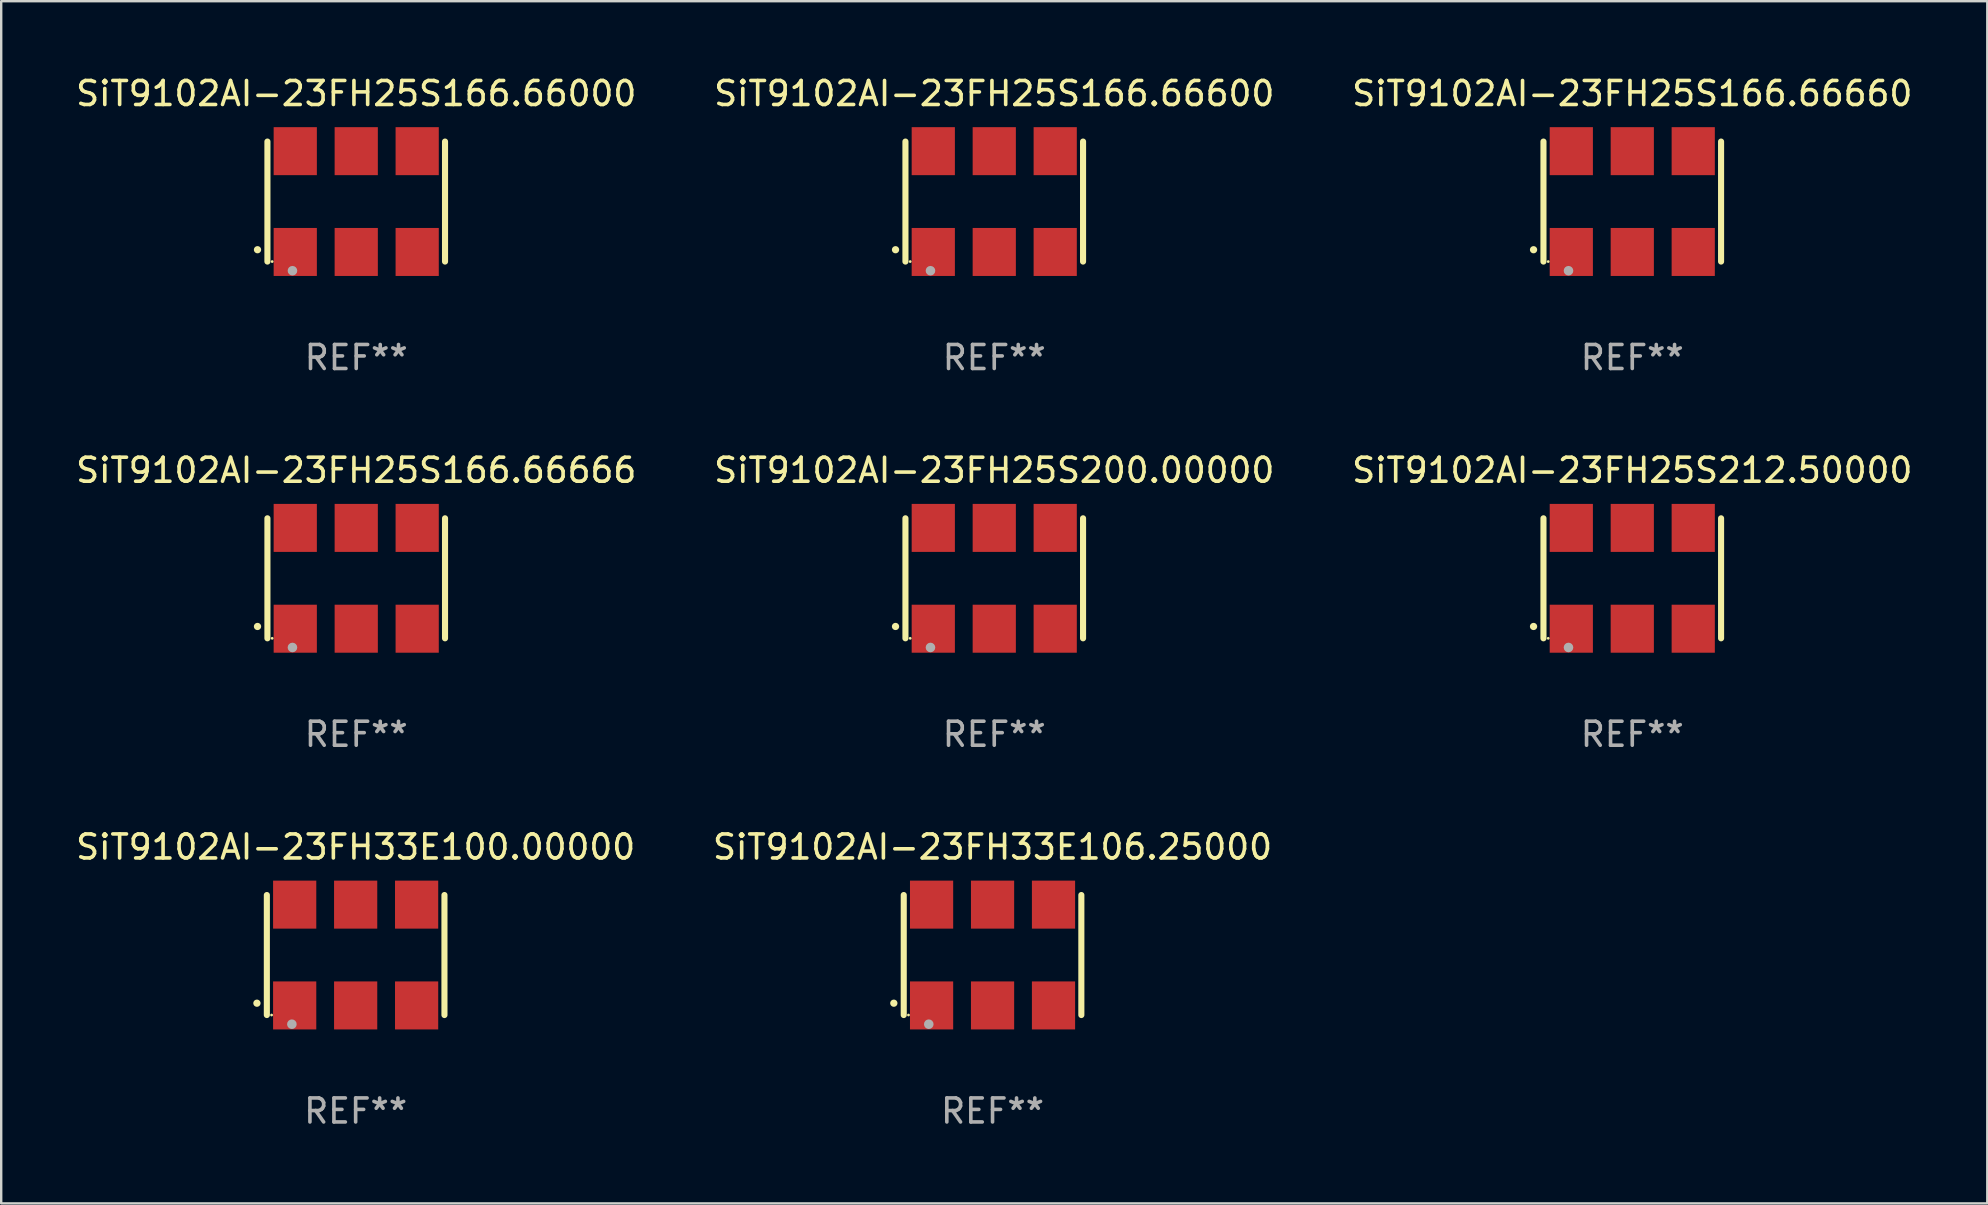
<source format=kicad_pcb>
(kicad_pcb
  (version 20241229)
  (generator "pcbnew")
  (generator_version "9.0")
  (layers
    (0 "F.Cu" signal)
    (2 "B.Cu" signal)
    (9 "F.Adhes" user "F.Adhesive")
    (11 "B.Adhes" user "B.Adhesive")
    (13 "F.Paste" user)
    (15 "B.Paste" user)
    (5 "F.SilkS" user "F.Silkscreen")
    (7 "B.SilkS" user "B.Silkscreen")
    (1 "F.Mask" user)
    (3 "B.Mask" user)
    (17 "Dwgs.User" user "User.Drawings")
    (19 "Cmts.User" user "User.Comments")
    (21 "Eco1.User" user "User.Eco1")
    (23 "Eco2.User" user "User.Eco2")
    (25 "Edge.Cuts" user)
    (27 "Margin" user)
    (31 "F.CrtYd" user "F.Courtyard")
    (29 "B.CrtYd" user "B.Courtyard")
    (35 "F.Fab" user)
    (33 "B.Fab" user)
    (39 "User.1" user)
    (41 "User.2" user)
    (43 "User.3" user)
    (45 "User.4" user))
  (footprint "SiT9102AI-23FH25S166.66600"
    (layer "F.Cu")
    (at 38.375 5.348)
    (property "Reference" "SiT9102AI-23FH25S166.66600" (at 0 -4.5 0) (layer "F.SilkS") (effects (font (size 1 1) (thickness 0.15))))
    (attr through_hole)
    (fp_line (start -3.7 -2.5) (end -3.7 2.5) (stroke (width 0.254) (type solid)) (layer "F.SilkS"))
    (fp_line (start 3.7 -2.5) (end 3.7 2.5) (stroke (width 0.254) (type solid)) (layer "F.SilkS"))
    (fp_arc (start -4.114415 2.006604) (mid -4.113145 2.006599) (end -4.111875 2.006604) (stroke (width 0.3) (type solid)) (layer "F.SilkS"))
    (fp_circle (center -3.502 2.5) (end -3.472 2.5) (stroke (width 0.06) (type solid)) (fill no) (layer "F.SilkS"))
    (fp_circle (center -2.657 2.882) (end -2.557 2.882) (stroke (width 0.2) (type solid)) (fill no) (layer "F.Fab"))
    (fp_text user "REF**" (at 0 6.5 0) (layer "F.Fab") (effects (font (size 1 1) (thickness 0.15))))
    (pad "1" smd rect (at -2.54 2.1) (size 1.8 2) (layers "F.Cu" "F.Mask" "F.Paste"))
    (pad "2" smd rect (at 0.000394 2.1) (size 1.8 2) (layers "F.Cu" "F.Mask" "F.Paste"))
    (pad "3" smd rect (at 2.54 2.1) (size 1.8 2) (layers "F.Cu" "F.Mask" "F.Paste"))
    (pad "4" smd rect (at 2.54 -2.1) (size 1.8 2) (layers "F.Cu" "F.Mask" "F.Paste"))
    (pad "5" smd rect (at 0.000394 -2.1) (size 1.8 2) (layers "F.Cu" "F.Mask" "F.Paste"))
    (pad "6" smd rect (at -2.54 -2.1) (size 1.8 2) (layers "F.Cu" "F.Mask" "F.Paste")))
  (footprint "SiT9102AI-23FH25S166.66660"
    (layer "F.Cu")
    (at 64.958 5.348)
    (property "Reference" "SiT9102AI-23FH25S166.66660" (at 0 -4.5 0) (layer "F.SilkS") (effects (font (size 1 1) (thickness 0.15))))
    (attr through_hole)
    (fp_line (start -3.7 -2.5) (end -3.7 2.5) (stroke (width 0.254) (type solid)) (layer "F.SilkS"))
    (fp_line (start 3.7 -2.5) (end 3.7 2.5) (stroke (width 0.254) (type solid)) (layer "F.SilkS"))
    (fp_arc (start -4.114415 2.006604) (mid -4.113145 2.006599) (end -4.111875 2.006604) (stroke (width 0.3) (type solid)) (layer "F.SilkS"))
    (fp_circle (center -3.502 2.5) (end -3.472 2.5) (stroke (width 0.06) (type solid)) (fill no) (layer "F.SilkS"))
    (fp_circle (center -2.657 2.882) (end -2.557 2.882) (stroke (width 0.2) (type solid)) (fill no) (layer "F.Fab"))
    (fp_text user "REF**" (at 0 6.5 0) (layer "F.Fab") (effects (font (size 1 1) (thickness 0.15))))
    (pad "1" smd rect (at -2.54 2.1) (size 1.8 2) (layers "F.Cu" "F.Mask" "F.Paste"))
    (pad "2" smd rect (at 0.000394 2.1) (size 1.8 2) (layers "F.Cu" "F.Mask" "F.Paste"))
    (pad "3" smd rect (at 2.54 2.1) (size 1.8 2) (layers "F.Cu" "F.Mask" "F.Paste"))
    (pad "4" smd rect (at 2.54 -2.1) (size 1.8 2) (layers "F.Cu" "F.Mask" "F.Paste"))
    (pad "5" smd rect (at 0.000394 -2.1) (size 1.8 2) (layers "F.Cu" "F.Mask" "F.Paste"))
    (pad "6" smd rect (at -2.54 -2.1) (size 1.8 2) (layers "F.Cu" "F.Mask" "F.Paste")))
  (footprint "SiT9102AI-23FH25S200.00000"
    (layer "F.Cu")
    (at 38.375 21.045)
    (property "Reference" "SiT9102AI-23FH25S200.00000" (at 0 -4.5 0) (layer "F.SilkS") (effects (font (size 1 1) (thickness 0.15))))
    (attr through_hole)
    (fp_line (start -3.7 -2.5) (end -3.7 2.5) (stroke (width 0.254) (type solid)) (layer "F.SilkS"))
    (fp_line (start 3.7 -2.5) (end 3.7 2.5) (stroke (width 0.254) (type solid)) (layer "F.SilkS"))
    (fp_arc (start -4.114415 2.006604) (mid -4.113145 2.006599) (end -4.111875 2.006604) (stroke (width 0.3) (type solid)) (layer "F.SilkS"))
    (fp_circle (center -3.502 2.5) (end -3.472 2.5) (stroke (width 0.06) (type solid)) (fill no) (layer "F.SilkS"))
    (fp_circle (center -2.657 2.882) (end -2.557 2.882) (stroke (width 0.2) (type solid)) (fill no) (layer "F.Fab"))
    (fp_text user "REF**" (at 0 6.5 0) (layer "F.Fab") (effects (font (size 1 1) (thickness 0.15))))
    (pad "1" smd rect (at -2.54 2.1) (size 1.8 2) (layers "F.Cu" "F.Mask" "F.Paste"))
    (pad "2" smd rect (at 0.000394 2.1) (size 1.8 2) (layers "F.Cu" "F.Mask" "F.Paste"))
    (pad "3" smd rect (at 2.54 2.1) (size 1.8 2) (layers "F.Cu" "F.Mask" "F.Paste"))
    (pad "4" smd rect (at 2.54 -2.1) (size 1.8 2) (layers "F.Cu" "F.Mask" "F.Paste"))
    (pad "5" smd rect (at 0.000394 -2.1) (size 1.8 2) (layers "F.Cu" "F.Mask" "F.Paste"))
    (pad "6" smd rect (at -2.54 -2.1) (size 1.8 2) (layers "F.Cu" "F.Mask" "F.Paste")))
  (footprint "SiT9102AI-23FH33E100.00000"
    (layer "F.Cu")
    (at 11.768 36.741)
    (property "Reference" "SiT9102AI-23FH33E100.00000" (at 0 -4.5 0) (layer "F.SilkS") (effects (font (size 1 1) (thickness 0.15))))
    (attr through_hole)
    (fp_line (start -3.7 -2.5) (end -3.7 2.5) (stroke (width 0.254) (type solid)) (layer "F.SilkS"))
    (fp_line (start 3.7 -2.5) (end 3.7 2.5) (stroke (width 0.254) (type solid)) (layer "F.SilkS"))
    (fp_arc (start -4.114415 2.006604) (mid -4.113145 2.006599) (end -4.111875 2.006604) (stroke (width 0.3) (type solid)) (layer "F.SilkS"))
    (fp_circle (center -3.502 2.5) (end -3.472 2.5) (stroke (width 0.06) (type solid)) (fill no) (layer "F.SilkS"))
    (fp_circle (center -2.657 2.882) (end -2.557 2.882) (stroke (width 0.2) (type solid)) (fill no) (layer "F.Fab"))
    (fp_text user "REF**" (at 0 6.5 0) (layer "F.Fab") (effects (font (size 1 1) (thickness 0.15))))
    (pad "1" smd rect (at -2.54 2.1) (size 1.8 2) (layers "F.Cu" "F.Mask" "F.Paste"))
    (pad "2" smd rect (at 0.000394 2.1) (size 1.8 2) (layers "F.Cu" "F.Mask" "F.Paste"))
    (pad "3" smd rect (at 2.54 2.1) (size 1.8 2) (layers "F.Cu" "F.Mask" "F.Paste"))
    (pad "4" smd rect (at 2.54 -2.1) (size 1.8 2) (layers "F.Cu" "F.Mask" "F.Paste"))
    (pad "5" smd rect (at 0.000394 -2.1) (size 1.8 2) (layers "F.Cu" "F.Mask" "F.Paste"))
    (pad "6" smd rect (at -2.54 -2.1) (size 1.8 2) (layers "F.Cu" "F.Mask" "F.Paste")))
  (footprint "SiT9102AI-23FH25S166.66666"
    (layer "F.Cu")
    (at 11.792 21.045)
    (property "Reference" "SiT9102AI-23FH25S166.66666" (at 0 -4.5 0) (layer "F.SilkS") (effects (font (size 1 1) (thickness 0.15))))
    (attr through_hole)
    (fp_line (start -3.7 -2.5) (end -3.7 2.5) (stroke (width 0.254) (type solid)) (layer "F.SilkS"))
    (fp_line (start 3.7 -2.5) (end 3.7 2.5) (stroke (width 0.254) (type solid)) (layer "F.SilkS"))
    (fp_arc (start -4.114415 2.006604) (mid -4.113145 2.006599) (end -4.111875 2.006604) (stroke (width 0.3) (type solid)) (layer "F.SilkS"))
    (fp_circle (center -3.502 2.5) (end -3.472 2.5) (stroke (width 0.06) (type solid)) (fill no) (layer "F.SilkS"))
    (fp_circle (center -2.657 2.882) (end -2.557 2.882) (stroke (width 0.2) (type solid)) (fill no) (layer "F.Fab"))
    (fp_text user "REF**" (at 0 6.5 0) (layer "F.Fab") (effects (font (size 1 1) (thickness 0.15))))
    (pad "1" smd rect (at -2.54 2.1) (size 1.8 2) (layers "F.Cu" "F.Mask" "F.Paste"))
    (pad "2" smd rect (at 0.000394 2.1) (size 1.8 2) (layers "F.Cu" "F.Mask" "F.Paste"))
    (pad "3" smd rect (at 2.54 2.1) (size 1.8 2) (layers "F.Cu" "F.Mask" "F.Paste"))
    (pad "4" smd rect (at 2.54 -2.1) (size 1.8 2) (layers "F.Cu" "F.Mask" "F.Paste"))
    (pad "5" smd rect (at 0.000394 -2.1) (size 1.8 2) (layers "F.Cu" "F.Mask" "F.Paste"))
    (pad "6" smd rect (at -2.54 -2.1) (size 1.8 2) (layers "F.Cu" "F.Mask" "F.Paste")))
  (footprint "SiT9102AI-23FH25S212.50000"
    (layer "F.Cu")
    (at 64.958 21.045)
    (property "Reference" "SiT9102AI-23FH25S212.50000" (at 0 -4.5 0) (layer "F.SilkS") (effects (font (size 1 1) (thickness 0.15))))
    (attr through_hole)
    (fp_line (start -3.7 -2.5) (end -3.7 2.5) (stroke (width 0.254) (type solid)) (layer "F.SilkS"))
    (fp_line (start 3.7 -2.5) (end 3.7 2.5) (stroke (width 0.254) (type solid)) (layer "F.SilkS"))
    (fp_arc (start -4.114415 2.006604) (mid -4.113145 2.006599) (end -4.111875 2.006604) (stroke (width 0.3) (type solid)) (layer "F.SilkS"))
    (fp_circle (center -3.502 2.5) (end -3.472 2.5) (stroke (width 0.06) (type solid)) (fill no) (layer "F.SilkS"))
    (fp_circle (center -2.657 2.882) (end -2.557 2.882) (stroke (width 0.2) (type solid)) (fill no) (layer "F.Fab"))
    (fp_text user "REF**" (at 0 6.5 0) (layer "F.Fab") (effects (font (size 1 1) (thickness 0.15))))
    (pad "1" smd rect (at -2.54 2.1) (size 1.8 2) (layers "F.Cu" "F.Mask" "F.Paste"))
    (pad "2" smd rect (at 0.000394 2.1) (size 1.8 2) (layers "F.Cu" "F.Mask" "F.Paste"))
    (pad "3" smd rect (at 2.54 2.1) (size 1.8 2) (layers "F.Cu" "F.Mask" "F.Paste"))
    (pad "4" smd rect (at 2.54 -2.1) (size 1.8 2) (layers "F.Cu" "F.Mask" "F.Paste"))
    (pad "5" smd rect (at 0.000394 -2.1) (size 1.8 2) (layers "F.Cu" "F.Mask" "F.Paste"))
    (pad "6" smd rect (at -2.54 -2.1) (size 1.8 2) (layers "F.Cu" "F.Mask" "F.Paste")))
  (footprint "SiT9102AI-23FH33E106.25000"
    (layer "F.Cu")
    (at 38.304 36.741)
    (property "Reference" "SiT9102AI-23FH33E106.25000" (at 0 -4.5 0) (layer "F.SilkS") (effects (font (size 1 1) (thickness 0.15))))
    (attr through_hole)
    (fp_line (start -3.7 -2.5) (end -3.7 2.5) (stroke (width 0.254) (type solid)) (layer "F.SilkS"))
    (fp_line (start 3.7 -2.5) (end 3.7 2.5) (stroke (width 0.254) (type solid)) (layer "F.SilkS"))
    (fp_arc (start -4.114415 2.006604) (mid -4.113145 2.006599) (end -4.111875 2.006604) (stroke (width 0.3) (type solid)) (layer "F.SilkS"))
    (fp_circle (center -3.502 2.5) (end -3.472 2.5) (stroke (width 0.06) (type solid)) (fill no) (layer "F.SilkS"))
    (fp_circle (center -2.657 2.882) (end -2.557 2.882) (stroke (width 0.2) (type solid)) (fill no) (layer "F.Fab"))
    (fp_text user "REF**" (at 0 6.5 0) (layer "F.Fab") (effects (font (size 1 1) (thickness 0.15))))
    (pad "1" smd rect (at -2.54 2.1) (size 1.8 2) (layers "F.Cu" "F.Mask" "F.Paste"))
    (pad "2" smd rect (at 0.000394 2.1) (size 1.8 2) (layers "F.Cu" "F.Mask" "F.Paste"))
    (pad "3" smd rect (at 2.54 2.1) (size 1.8 2) (layers "F.Cu" "F.Mask" "F.Paste"))
    (pad "4" smd rect (at 2.54 -2.1) (size 1.8 2) (layers "F.Cu" "F.Mask" "F.Paste"))
    (pad "5" smd rect (at 0.000394 -2.1) (size 1.8 2) (layers "F.Cu" "F.Mask" "F.Paste"))
    (pad "6" smd rect (at -2.54 -2.1) (size 1.8 2) (layers "F.Cu" "F.Mask" "F.Paste")))
  (footprint "SiT9102AI-23FH25S166.66000"
    (layer "F.Cu")
    (at 11.792 5.348)
    (property "Reference" "SiT9102AI-23FH25S166.66000" (at 0 -4.5 0) (layer "F.SilkS") (effects (font (size 1 1) (thickness 0.15))))
    (attr through_hole)
    (fp_line (start -3.7 -2.5) (end -3.7 2.5) (stroke (width 0.254) (type solid)) (layer "F.SilkS"))
    (fp_line (start 3.7 -2.5) (end 3.7 2.5) (stroke (width 0.254) (type solid)) (layer "F.SilkS"))
    (fp_arc (start -4.114415 2.006604) (mid -4.113145 2.006599) (end -4.111875 2.006604) (stroke (width 0.3) (type solid)) (layer "F.SilkS"))
    (fp_circle (center -3.502 2.5) (end -3.472 2.5) (stroke (width 0.06) (type solid)) (fill no) (layer "F.SilkS"))
    (fp_circle (center -2.657 2.882) (end -2.557 2.882) (stroke (width 0.2) (type solid)) (fill no) (layer "F.Fab"))
    (fp_text user "REF**" (at 0 6.5 0) (layer "F.Fab") (effects (font (size 1 1) (thickness 0.15))))
    (pad "1" smd rect (at -2.54 2.1) (size 1.8 2) (layers "F.Cu" "F.Mask" "F.Paste"))
    (pad "2" smd rect (at 0.000394 2.1) (size 1.8 2) (layers "F.Cu" "F.Mask" "F.Paste"))
    (pad "3" smd rect (at 2.54 2.1) (size 1.8 2) (layers "F.Cu" "F.Mask" "F.Paste"))
    (pad "4" smd rect (at 2.54 -2.1) (size 1.8 2) (layers "F.Cu" "F.Mask" "F.Paste"))
    (pad "5" smd rect (at 0.000394 -2.1) (size 1.8 2) (layers "F.Cu" "F.Mask" "F.Paste"))
    (pad "6" smd rect (at -2.54 -2.1) (size 1.8 2) (layers "F.Cu" "F.Mask" "F.Paste")))
  (gr_rect
    (start -3 -3)
    (end 79.75 47.09)
    (stroke (width 0.1) (type default))
    (fill no)
    (layer "Edge.Cuts")))
</source>
